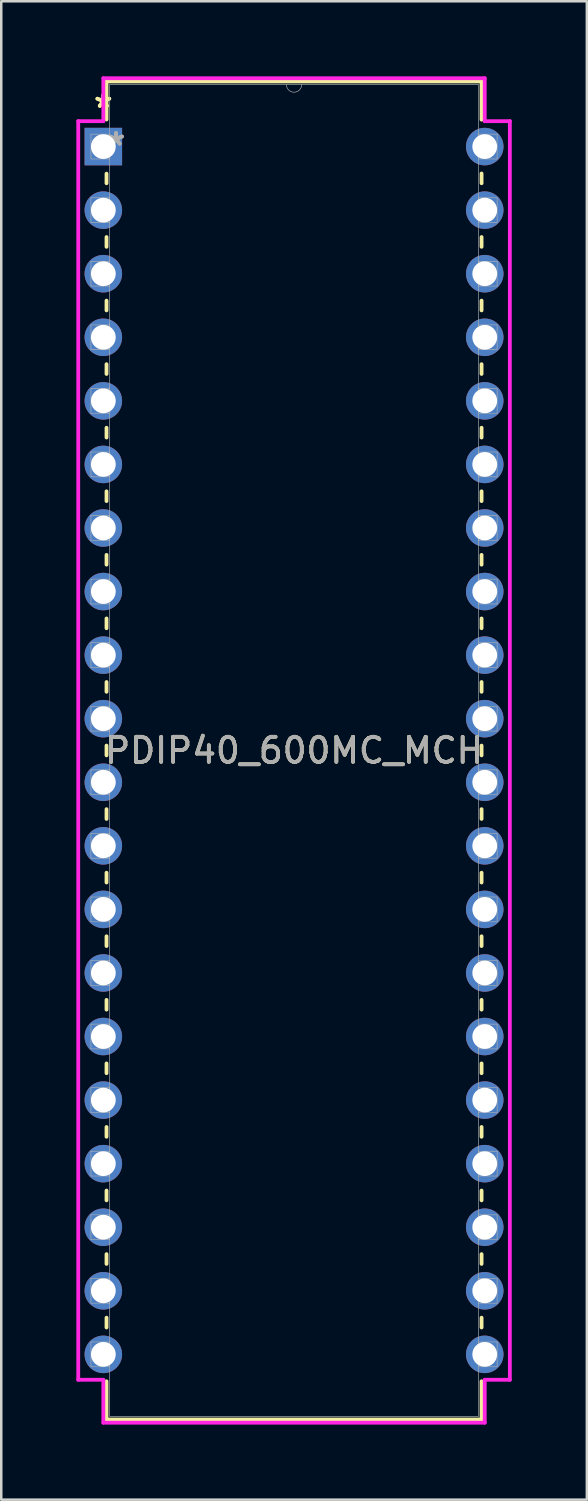
<source format=kicad_pcb>
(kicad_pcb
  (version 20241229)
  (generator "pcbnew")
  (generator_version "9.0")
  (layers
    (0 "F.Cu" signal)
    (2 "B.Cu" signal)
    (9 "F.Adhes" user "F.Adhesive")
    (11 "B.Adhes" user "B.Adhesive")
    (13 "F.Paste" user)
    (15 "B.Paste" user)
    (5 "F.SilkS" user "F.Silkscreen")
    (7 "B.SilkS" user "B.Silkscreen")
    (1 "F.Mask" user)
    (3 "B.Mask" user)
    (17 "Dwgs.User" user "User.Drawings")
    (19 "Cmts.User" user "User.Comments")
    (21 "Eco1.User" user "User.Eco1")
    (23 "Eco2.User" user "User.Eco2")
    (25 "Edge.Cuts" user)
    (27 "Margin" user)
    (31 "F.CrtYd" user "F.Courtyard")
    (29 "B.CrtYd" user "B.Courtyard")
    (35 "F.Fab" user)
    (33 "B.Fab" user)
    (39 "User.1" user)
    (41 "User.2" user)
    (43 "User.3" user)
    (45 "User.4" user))
  (footprint "PDIP40_600MC_MCH"
    (layer "F.Cu")
    (at 1.079 2.807)
    (property "Reference" "PDIP40_600MC_MCH" (at 7.62 24.13 0) (unlocked yes) (layer "F.SilkS") (effects (font (size 1 1) (thickness 0.15))))
    (attr through_hole)
    (fp_line (start 0.127 -2.603) (end 0.127 -1.082) (stroke (width 0.152) (type solid)) (layer "F.SilkS"))
    (fp_line (start 0.127 1.082) (end 0.127 1.465) (stroke (width 0.152) (type solid)) (layer "F.SilkS"))
    (fp_line (start 0.127 3.615) (end 0.127 4.005) (stroke (width 0.152) (type solid)) (layer "F.SilkS"))
    (fp_line (start 0.127 6.155) (end 0.127 6.545) (stroke (width 0.152) (type solid)) (layer "F.SilkS"))
    (fp_line (start 0.127 8.695) (end 0.127 9.085) (stroke (width 0.152) (type solid)) (layer "F.SilkS"))
    (fp_line (start 0.127 11.235) (end 0.127 11.625) (stroke (width 0.152) (type solid)) (layer "F.SilkS"))
    (fp_line (start 0.127 13.775) (end 0.127 14.165) (stroke (width 0.152) (type solid)) (layer "F.SilkS"))
    (fp_line (start 0.127 16.315) (end 0.127 16.705) (stroke (width 0.152) (type solid)) (layer "F.SilkS"))
    (fp_line (start 0.127 18.855) (end 0.127 19.245) (stroke (width 0.152) (type solid)) (layer "F.SilkS"))
    (fp_line (start 0.127 21.395) (end 0.127 21.785) (stroke (width 0.152) (type solid)) (layer "F.SilkS"))
    (fp_line (start 0.127 23.935) (end 0.127 24.325) (stroke (width 0.152) (type solid)) (layer "F.SilkS"))
    (fp_line (start 0.127 26.475) (end 0.127 26.865) (stroke (width 0.152) (type solid)) (layer "F.SilkS"))
    (fp_line (start 0.127 29.015) (end 0.127 29.405) (stroke (width 0.152) (type solid)) (layer "F.SilkS"))
    (fp_line (start 0.127 31.555) (end 0.127 31.945) (stroke (width 0.152) (type solid)) (layer "F.SilkS"))
    (fp_line (start 0.127 34.095) (end 0.127 34.485) (stroke (width 0.152) (type solid)) (layer "F.SilkS"))
    (fp_line (start 0.127 36.635) (end 0.127 37.025) (stroke (width 0.152) (type solid)) (layer "F.SilkS"))
    (fp_line (start 0.127 39.175) (end 0.127 39.565) (stroke (width 0.152) (type solid)) (layer "F.SilkS"))
    (fp_line (start 0.127 41.715) (end 0.127 42.105) (stroke (width 0.152) (type solid)) (layer "F.SilkS"))
    (fp_line (start 0.127 44.255) (end 0.127 44.645) (stroke (width 0.152) (type solid)) (layer "F.SilkS"))
    (fp_line (start 0.127 46.795) (end 0.127 47.185) (stroke (width 0.152) (type solid)) (layer "F.SilkS"))
    (fp_line (start 0.127 49.335) (end 0.127 50.864) (stroke (width 0.152) (type solid)) (layer "F.SilkS"))
    (fp_line (start 0.127 50.864) (end 15.113 50.864) (stroke (width 0.152) (type solid)) (layer "F.SilkS"))
    (fp_line (start 15.113 -2.603) (end 0.127 -2.603) (stroke (width 0.152) (type solid)) (layer "F.SilkS"))
    (fp_line (start 15.113 -1.075) (end 15.113 -2.603) (stroke (width 0.152) (type solid)) (layer "F.SilkS"))
    (fp_line (start 15.113 1.465) (end 15.113 1.075) (stroke (width 0.152) (type solid)) (layer "F.SilkS"))
    (fp_line (start 15.113 4.005) (end 15.113 3.615) (stroke (width 0.152) (type solid)) (layer "F.SilkS"))
    (fp_line (start 15.113 6.545) (end 15.113 6.155) (stroke (width 0.152) (type solid)) (layer "F.SilkS"))
    (fp_line (start 15.113 9.085) (end 15.113 8.695) (stroke (width 0.152) (type solid)) (layer "F.SilkS"))
    (fp_line (start 15.113 11.625) (end 15.113 11.235) (stroke (width 0.152) (type solid)) (layer "F.SilkS"))
    (fp_line (start 15.113 14.165) (end 15.113 13.775) (stroke (width 0.152) (type solid)) (layer "F.SilkS"))
    (fp_line (start 15.113 16.705) (end 15.113 16.315) (stroke (width 0.152) (type solid)) (layer "F.SilkS"))
    (fp_line (start 15.113 19.245) (end 15.113 18.855) (stroke (width 0.152) (type solid)) (layer "F.SilkS"))
    (fp_line (start 15.113 21.785) (end 15.113 21.395) (stroke (width 0.152) (type solid)) (layer "F.SilkS"))
    (fp_line (start 15.113 24.325) (end 15.113 23.935) (stroke (width 0.152) (type solid)) (layer "F.SilkS"))
    (fp_line (start 15.113 26.865) (end 15.113 26.475) (stroke (width 0.152) (type solid)) (layer "F.SilkS"))
    (fp_line (start 15.113 29.405) (end 15.113 29.015) (stroke (width 0.152) (type solid)) (layer "F.SilkS"))
    (fp_line (start 15.113 31.945) (end 15.113 31.555) (stroke (width 0.152) (type solid)) (layer "F.SilkS"))
    (fp_line (start 15.113 34.485) (end 15.113 34.095) (stroke (width 0.152) (type solid)) (layer "F.SilkS"))
    (fp_line (start 15.113 37.025) (end 15.113 36.635) (stroke (width 0.152) (type solid)) (layer "F.SilkS"))
    (fp_line (start 15.113 39.565) (end 15.113 39.175) (stroke (width 0.152) (type solid)) (layer "F.SilkS"))
    (fp_line (start 15.113 42.105) (end 15.113 41.715) (stroke (width 0.152) (type solid)) (layer "F.SilkS"))
    (fp_line (start 15.113 44.645) (end 15.113 44.255) (stroke (width 0.152) (type solid)) (layer "F.SilkS"))
    (fp_line (start 15.113 47.185) (end 15.113 46.795) (stroke (width 0.152) (type solid)) (layer "F.SilkS"))
    (fp_line (start 15.113 50.864) (end 15.113 49.335) (stroke (width 0.152) (type solid)) (layer "F.SilkS"))
    (fp_line (start -1.003 -1.016) (end 0 -1.016) (stroke (width 0.152) (type solid)) (layer "F.CrtYd"))
    (fp_line (start -1.003 49.276) (end -1.003 -1.016) (stroke (width 0.152) (type solid)) (layer "F.CrtYd"))
    (fp_line (start 0 -2.731) (end 15.24 -2.731) (stroke (width 0.152) (type solid)) (layer "F.CrtYd"))
    (fp_line (start 0 -1.016) (end 0 -2.731) (stroke (width 0.152) (type solid)) (layer "F.CrtYd"))
    (fp_line (start 0 49.276) (end -1.003 49.276) (stroke (width 0.152) (type solid)) (layer "F.CrtYd"))
    (fp_line (start 0 50.99) (end 0 49.276) (stroke (width 0.152) (type solid)) (layer "F.CrtYd"))
    (fp_line (start 15.24 -2.731) (end 15.24 -1.016) (stroke (width 0.152) (type solid)) (layer "F.CrtYd"))
    (fp_line (start 15.24 49.276) (end 15.24 50.99) (stroke (width 0.152) (type solid)) (layer "F.CrtYd"))
    (fp_line (start 15.24 50.99) (end 0 50.99) (stroke (width 0.152) (type solid)) (layer "F.CrtYd"))
    (fp_line (start 16.243 -1.016) (end 15.24 -1.016) (stroke (width 0.152) (type solid)) (layer "F.CrtYd"))
    (fp_line (start 16.243 -1.016) (end 16.243 49.276) (stroke (width 0.152) (type solid)) (layer "F.CrtYd"))
    (fp_line (start 16.243 49.276) (end 15.24 49.276) (stroke (width 0.152) (type solid)) (layer "F.CrtYd"))
    (fp_line (start -0.495 -0.495) (end -0.495 0.495) (stroke (width 0.025) (type solid)) (layer "F.Fab"))
    (fp_line (start -0.495 0.495) (end 0.254 0.495) (stroke (width 0.025) (type solid)) (layer "F.Fab"))
    (fp_line (start -0.495 2.045) (end -0.495 3.035) (stroke (width 0.025) (type solid)) (layer "F.Fab"))
    (fp_line (start -0.495 3.035) (end 0.254 3.035) (stroke (width 0.025) (type solid)) (layer "F.Fab"))
    (fp_line (start -0.495 4.585) (end -0.495 5.575) (stroke (width 0.025) (type solid)) (layer "F.Fab"))
    (fp_line (start -0.495 5.575) (end 0.254 5.575) (stroke (width 0.025) (type solid)) (layer "F.Fab"))
    (fp_line (start -0.495 7.125) (end -0.495 8.115) (stroke (width 0.025) (type solid)) (layer "F.Fab"))
    (fp_line (start -0.495 8.115) (end 0.254 8.115) (stroke (width 0.025) (type solid)) (layer "F.Fab"))
    (fp_line (start -0.495 9.665) (end -0.495 10.655) (stroke (width 0.025) (type solid)) (layer "F.Fab"))
    (fp_line (start -0.495 10.655) (end 0.254 10.655) (stroke (width 0.025) (type solid)) (layer "F.Fab"))
    (fp_line (start -0.495 12.205) (end -0.495 13.195) (stroke (width 0.025) (type solid)) (layer "F.Fab"))
    (fp_line (start -0.495 13.195) (end 0.254 13.195) (stroke (width 0.025) (type solid)) (layer "F.Fab"))
    (fp_line (start -0.495 14.745) (end -0.495 15.735) (stroke (width 0.025) (type solid)) (layer "F.Fab"))
    (fp_line (start -0.495 15.735) (end 0.254 15.735) (stroke (width 0.025) (type solid)) (layer "F.Fab"))
    (fp_line (start -0.495 17.285) (end -0.495 18.275) (stroke (width 0.025) (type solid)) (layer "F.Fab"))
    (fp_line (start -0.495 18.275) (end 0.254 18.275) (stroke (width 0.025) (type solid)) (layer "F.Fab"))
    (fp_line (start -0.495 19.825) (end -0.495 20.815) (stroke (width 0.025) (type solid)) (layer "F.Fab"))
    (fp_line (start -0.495 20.815) (end 0.254 20.815) (stroke (width 0.025) (type solid)) (layer "F.Fab"))
    (fp_line (start -0.495 22.365) (end -0.495 23.355) (stroke (width 0.025) (type solid)) (layer "F.Fab"))
    (fp_line (start -0.495 23.355) (end 0.254 23.355) (stroke (width 0.025) (type solid)) (layer "F.Fab"))
    (fp_line (start -0.495 24.905) (end -0.495 25.895) (stroke (width 0.025) (type solid)) (layer "F.Fab"))
    (fp_line (start -0.495 25.895) (end 0.254 25.895) (stroke (width 0.025) (type solid)) (layer "F.Fab"))
    (fp_line (start -0.495 27.445) (end -0.495 28.435) (stroke (width 0.025) (type solid)) (layer "F.Fab"))
    (fp_line (start -0.495 28.435) (end 0.254 28.435) (stroke (width 0.025) (type solid)) (layer "F.Fab"))
    (fp_line (start -0.495 29.985) (end -0.495 30.975) (stroke (width 0.025) (type solid)) (layer "F.Fab"))
    (fp_line (start -0.495 30.975) (end 0.254 30.975) (stroke (width 0.025) (type solid)) (layer "F.Fab"))
    (fp_line (start -0.495 32.525) (end -0.495 33.515) (stroke (width 0.025) (type solid)) (layer "F.Fab"))
    (fp_line (start -0.495 33.515) (end 0.254 33.515) (stroke (width 0.025) (type solid)) (layer "F.Fab"))
    (fp_line (start -0.495 35.065) (end -0.495 36.055) (stroke (width 0.025) (type solid)) (layer "F.Fab"))
    (fp_line (start -0.495 36.055) (end 0.254 36.055) (stroke (width 0.025) (type solid)) (layer "F.Fab"))
    (fp_line (start -0.495 37.605) (end -0.495 38.595) (stroke (width 0.025) (type solid)) (layer "F.Fab"))
    (fp_line (start -0.495 38.595) (end 0.254 38.595) (stroke (width 0.025) (type solid)) (layer "F.Fab"))
    (fp_line (start -0.495 40.145) (end -0.495 41.135) (stroke (width 0.025) (type solid)) (layer "F.Fab"))
    (fp_line (start -0.495 41.135) (end 0.254 41.135) (stroke (width 0.025) (type solid)) (layer "F.Fab"))
    (fp_line (start -0.495 42.685) (end -0.495 43.675) (stroke (width 0.025) (type solid)) (layer "F.Fab"))
    (fp_line (start -0.495 43.675) (end 0.254 43.675) (stroke (width 0.025) (type solid)) (layer "F.Fab"))
    (fp_line (start -0.495 45.225) (end -0.495 46.215) (stroke (width 0.025) (type solid)) (layer "F.Fab"))
    (fp_line (start -0.495 46.215) (end 0.254 46.215) (stroke (width 0.025) (type solid)) (layer "F.Fab"))
    (fp_line (start -0.495 47.765) (end -0.495 48.755) (stroke (width 0.025) (type solid)) (layer "F.Fab"))
    (fp_line (start -0.495 48.755) (end 0.254 48.755) (stroke (width 0.025) (type solid)) (layer "F.Fab"))
    (fp_line (start 0.254 -2.477) (end 0.254 50.736) (stroke (width 0.025) (type solid)) (layer "F.Fab"))
    (fp_line (start 0.254 -0.495) (end -0.495 -0.495) (stroke (width 0.025) (type solid)) (layer "F.Fab"))
    (fp_line (start 0.254 0.495) (end 0.254 -0.495) (stroke (width 0.025) (type solid)) (layer "F.Fab"))
    (fp_line (start 0.254 2.045) (end -0.495 2.045) (stroke (width 0.025) (type solid)) (layer "F.Fab"))
    (fp_line (start 0.254 3.035) (end 0.254 2.045) (stroke (width 0.025) (type solid)) (layer "F.Fab"))
    (fp_line (start 0.254 4.585) (end -0.495 4.585) (stroke (width 0.025) (type solid)) (layer "F.Fab"))
    (fp_line (start 0.254 5.575) (end 0.254 4.585) (stroke (width 0.025) (type solid)) (layer "F.Fab"))
    (fp_line (start 0.254 7.125) (end -0.495 7.125) (stroke (width 0.025) (type solid)) (layer "F.Fab"))
    (fp_line (start 0.254 8.115) (end 0.254 7.125) (stroke (width 0.025) (type solid)) (layer "F.Fab"))
    (fp_line (start 0.254 9.665) (end -0.495 9.665) (stroke (width 0.025) (type solid)) (layer "F.Fab"))
    (fp_line (start 0.254 10.655) (end 0.254 9.665) (stroke (width 0.025) (type solid)) (layer "F.Fab"))
    (fp_line (start 0.254 12.205) (end -0.495 12.205) (stroke (width 0.025) (type solid)) (layer "F.Fab"))
    (fp_line (start 0.254 13.195) (end 0.254 12.205) (stroke (width 0.025) (type solid)) (layer "F.Fab"))
    (fp_line (start 0.254 14.745) (end -0.495 14.745) (stroke (width 0.025) (type solid)) (layer "F.Fab"))
    (fp_line (start 0.254 15.735) (end 0.254 14.745) (stroke (width 0.025) (type solid)) (layer "F.Fab"))
    (fp_line (start 0.254 17.285) (end -0.495 17.285) (stroke (width 0.025) (type solid)) (layer "F.Fab"))
    (fp_line (start 0.254 18.275) (end 0.254 17.285) (stroke (width 0.025) (type solid)) (layer "F.Fab"))
    (fp_line (start 0.254 19.825) (end -0.495 19.825) (stroke (width 0.025) (type solid)) (layer "F.Fab"))
    (fp_line (start 0.254 20.815) (end 0.254 19.825) (stroke (width 0.025) (type solid)) (layer "F.Fab"))
    (fp_line (start 0.254 22.365) (end -0.495 22.365) (stroke (width 0.025) (type solid)) (layer "F.Fab"))
    (fp_line (start 0.254 23.355) (end 0.254 22.365) (stroke (width 0.025) (type solid)) (layer "F.Fab"))
    (fp_line (start 0.254 24.905) (end -0.495 24.905) (stroke (width 0.025) (type solid)) (layer "F.Fab"))
    (fp_line (start 0.254 25.895) (end 0.254 24.905) (stroke (width 0.025) (type solid)) (layer "F.Fab"))
    (fp_line (start 0.254 27.445) (end -0.495 27.445) (stroke (width 0.025) (type solid)) (layer "F.Fab"))
    (fp_line (start 0.254 28.435) (end 0.254 27.445) (stroke (width 0.025) (type solid)) (layer "F.Fab"))
    (fp_line (start 0.254 29.985) (end -0.495 29.985) (stroke (width 0.025) (type solid)) (layer "F.Fab"))
    (fp_line (start 0.254 30.975) (end 0.254 29.985) (stroke (width 0.025) (type solid)) (layer "F.Fab"))
    (fp_line (start 0.254 32.525) (end -0.495 32.525) (stroke (width 0.025) (type solid)) (layer "F.Fab"))
    (fp_line (start 0.254 33.515) (end 0.254 32.525) (stroke (width 0.025) (type solid)) (layer "F.Fab"))
    (fp_line (start 0.254 35.065) (end -0.495 35.065) (stroke (width 0.025) (type solid)) (layer "F.Fab"))
    (fp_line (start 0.254 36.055) (end 0.254 35.065) (stroke (width 0.025) (type solid)) (layer "F.Fab"))
    (fp_line (start 0.254 37.605) (end -0.495 37.605) (stroke (width 0.025) (type solid)) (layer "F.Fab"))
    (fp_line (start 0.254 38.595) (end 0.254 37.605) (stroke (width 0.025) (type solid)) (layer "F.Fab"))
    (fp_line (start 0.254 40.145) (end -0.495 40.145) (stroke (width 0.025) (type solid)) (layer "F.Fab"))
    (fp_line (start 0.254 41.135) (end 0.254 40.145) (stroke (width 0.025) (type solid)) (layer "F.Fab"))
    (fp_line (start 0.254 42.685) (end -0.495 42.685) (stroke (width 0.025) (type solid)) (layer "F.Fab"))
    (fp_line (start 0.254 43.675) (end 0.254 42.685) (stroke (width 0.025) (type solid)) (layer "F.Fab"))
    (fp_line (start 0.254 45.225) (end -0.495 45.225) (stroke (width 0.025) (type solid)) (layer "F.Fab"))
    (fp_line (start 0.254 46.215) (end 0.254 45.225) (stroke (width 0.025) (type solid)) (layer "F.Fab"))
    (fp_line (start 0.254 47.765) (end -0.495 47.765) (stroke (width 0.025) (type solid)) (layer "F.Fab"))
    (fp_line (start 0.254 48.755) (end 0.254 47.765) (stroke (width 0.025) (type solid)) (layer "F.Fab"))
    (fp_line (start 0.254 50.736) (end 14.986 50.736) (stroke (width 0.025) (type solid)) (layer "F.Fab"))
    (fp_line (start 14.986 -2.477) (end 0.254 -2.477) (stroke (width 0.025) (type solid)) (layer "F.Fab"))
    (fp_line (start 14.986 -0.495) (end 14.986 0.495) (stroke (width 0.025) (type solid)) (layer "F.Fab"))
    (fp_line (start 14.986 0.495) (end 15.735 0.495) (stroke (width 0.025) (type solid)) (layer "F.Fab"))
    (fp_line (start 14.986 2.045) (end 14.986 3.035) (stroke (width 0.025) (type solid)) (layer "F.Fab"))
    (fp_line (start 14.986 3.035) (end 15.735 3.035) (stroke (width 0.025) (type solid)) (layer "F.Fab"))
    (fp_line (start 14.986 4.585) (end 14.986 5.575) (stroke (width 0.025) (type solid)) (layer "F.Fab"))
    (fp_line (start 14.986 5.575) (end 15.735 5.575) (stroke (width 0.025) (type solid)) (layer "F.Fab"))
    (fp_line (start 14.986 7.125) (end 14.986 8.115) (stroke (width 0.025) (type solid)) (layer "F.Fab"))
    (fp_line (start 14.986 8.115) (end 15.735 8.115) (stroke (width 0.025) (type solid)) (layer "F.Fab"))
    (fp_line (start 14.986 9.665) (end 14.986 10.655) (stroke (width 0.025) (type solid)) (layer "F.Fab"))
    (fp_line (start 14.986 10.655) (end 15.735 10.655) (stroke (width 0.025) (type solid)) (layer "F.Fab"))
    (fp_line (start 14.986 12.205) (end 14.986 13.195) (stroke (width 0.025) (type solid)) (layer "F.Fab"))
    (fp_line (start 14.986 13.195) (end 15.735 13.195) (stroke (width 0.025) (type solid)) (layer "F.Fab"))
    (fp_line (start 14.986 14.745) (end 14.986 15.735) (stroke (width 0.025) (type solid)) (layer "F.Fab"))
    (fp_line (start 14.986 15.735) (end 15.735 15.735) (stroke (width 0.025) (type solid)) (layer "F.Fab"))
    (fp_line (start 14.986 17.285) (end 14.986 18.275) (stroke (width 0.025) (type solid)) (layer "F.Fab"))
    (fp_line (start 14.986 18.275) (end 15.735 18.275) (stroke (width 0.025) (type solid)) (layer "F.Fab"))
    (fp_line (start 14.986 19.825) (end 14.986 20.815) (stroke (width 0.025) (type solid)) (layer "F.Fab"))
    (fp_line (start 14.986 20.815) (end 15.735 20.815) (stroke (width 0.025) (type solid)) (layer "F.Fab"))
    (fp_line (start 14.986 22.365) (end 14.986 23.355) (stroke (width 0.025) (type solid)) (layer "F.Fab"))
    (fp_line (start 14.986 23.355) (end 15.735 23.355) (stroke (width 0.025) (type solid)) (layer "F.Fab"))
    (fp_line (start 14.986 24.905) (end 14.986 25.895) (stroke (width 0.025) (type solid)) (layer "F.Fab"))
    (fp_line (start 14.986 25.895) (end 15.735 25.895) (stroke (width 0.025) (type solid)) (layer "F.Fab"))
    (fp_line (start 14.986 27.445) (end 14.986 28.435) (stroke (width 0.025) (type solid)) (layer "F.Fab"))
    (fp_line (start 14.986 28.435) (end 15.735 28.435) (stroke (width 0.025) (type solid)) (layer "F.Fab"))
    (fp_line (start 14.986 29.985) (end 14.986 30.975) (stroke (width 0.025) (type solid)) (layer "F.Fab"))
    (fp_line (start 14.986 30.975) (end 15.735 30.975) (stroke (width 0.025) (type solid)) (layer "F.Fab"))
    (fp_line (start 14.986 32.525) (end 14.986 33.515) (stroke (width 0.025) (type solid)) (layer "F.Fab"))
    (fp_line (start 14.986 33.515) (end 15.735 33.515) (stroke (width 0.025) (type solid)) (layer "F.Fab"))
    (fp_line (start 14.986 35.065) (end 14.986 36.055) (stroke (width 0.025) (type solid)) (layer "F.Fab"))
    (fp_line (start 14.986 36.055) (end 15.735 36.055) (stroke (width 0.025) (type solid)) (layer "F.Fab"))
    (fp_line (start 14.986 37.605) (end 14.986 38.595) (stroke (width 0.025) (type solid)) (layer "F.Fab"))
    (fp_line (start 14.986 38.595) (end 15.735 38.595) (stroke (width 0.025) (type solid)) (layer "F.Fab"))
    (fp_line (start 14.986 40.145) (end 14.986 41.135) (stroke (width 0.025) (type solid)) (layer "F.Fab"))
    (fp_line (start 14.986 41.135) (end 15.735 41.135) (stroke (width 0.025) (type solid)) (layer "F.Fab"))
    (fp_line (start 14.986 42.685) (end 14.986 43.675) (stroke (width 0.025) (type solid)) (layer "F.Fab"))
    (fp_line (start 14.986 43.675) (end 15.735 43.675) (stroke (width 0.025) (type solid)) (layer "F.Fab"))
    (fp_line (start 14.986 45.225) (end 14.986 46.215) (stroke (width 0.025) (type solid)) (layer "F.Fab"))
    (fp_line (start 14.986 46.215) (end 15.735 46.215) (stroke (width 0.025) (type solid)) (layer "F.Fab"))
    (fp_line (start 14.986 47.765) (end 14.986 48.755) (stroke (width 0.025) (type solid)) (layer "F.Fab"))
    (fp_line (start 14.986 48.755) (end 15.735 48.755) (stroke (width 0.025) (type solid)) (layer "F.Fab"))
    (fp_line (start 14.986 50.736) (end 14.986 -2.477) (stroke (width 0.025) (type solid)) (layer "F.Fab"))
    (fp_line (start 15.735 -0.495) (end 14.986 -0.495) (stroke (width 0.025) (type solid)) (layer "F.Fab"))
    (fp_line (start 15.735 0.495) (end 15.735 -0.495) (stroke (width 0.025) (type solid)) (layer "F.Fab"))
    (fp_line (start 15.735 2.045) (end 14.986 2.045) (stroke (width 0.025) (type solid)) (layer "F.Fab"))
    (fp_line (start 15.735 3.035) (end 15.735 2.045) (stroke (width 0.025) (type solid)) (layer "F.Fab"))
    (fp_line (start 15.735 4.585) (end 14.986 4.585) (stroke (width 0.025) (type solid)) (layer "F.Fab"))
    (fp_line (start 15.735 5.575) (end 15.735 4.585) (stroke (width 0.025) (type solid)) (layer "F.Fab"))
    (fp_line (start 15.735 7.125) (end 14.986 7.125) (stroke (width 0.025) (type solid)) (layer "F.Fab"))
    (fp_line (start 15.735 8.115) (end 15.735 7.125) (stroke (width 0.025) (type solid)) (layer "F.Fab"))
    (fp_line (start 15.735 9.665) (end 14.986 9.665) (stroke (width 0.025) (type solid)) (layer "F.Fab"))
    (fp_line (start 15.735 10.655) (end 15.735 9.665) (stroke (width 0.025) (type solid)) (layer "F.Fab"))
    (fp_line (start 15.735 12.205) (end 14.986 12.205) (stroke (width 0.025) (type solid)) (layer "F.Fab"))
    (fp_line (start 15.735 13.195) (end 15.735 12.205) (stroke (width 0.025) (type solid)) (layer "F.Fab"))
    (fp_line (start 15.735 14.745) (end 14.986 14.745) (stroke (width 0.025) (type solid)) (layer "F.Fab"))
    (fp_line (start 15.735 15.735) (end 15.735 14.745) (stroke (width 0.025) (type solid)) (layer "F.Fab"))
    (fp_line (start 15.735 17.285) (end 14.986 17.285) (stroke (width 0.025) (type solid)) (layer "F.Fab"))
    (fp_line (start 15.735 18.275) (end 15.735 17.285) (stroke (width 0.025) (type solid)) (layer "F.Fab"))
    (fp_line (start 15.735 19.825) (end 14.986 19.825) (stroke (width 0.025) (type solid)) (layer "F.Fab"))
    (fp_line (start 15.735 20.815) (end 15.735 19.825) (stroke (width 0.025) (type solid)) (layer "F.Fab"))
    (fp_line (start 15.735 22.365) (end 14.986 22.365) (stroke (width 0.025) (type solid)) (layer "F.Fab"))
    (fp_line (start 15.735 23.355) (end 15.735 22.365) (stroke (width 0.025) (type solid)) (layer "F.Fab"))
    (fp_line (start 15.735 24.905) (end 14.986 24.905) (stroke (width 0.025) (type solid)) (layer "F.Fab"))
    (fp_line (start 15.735 25.895) (end 15.735 24.905) (stroke (width 0.025) (type solid)) (layer "F.Fab"))
    (fp_line (start 15.735 27.445) (end 14.986 27.445) (stroke (width 0.025) (type solid)) (layer "F.Fab"))
    (fp_line (start 15.735 28.435) (end 15.735 27.445) (stroke (width 0.025) (type solid)) (layer "F.Fab"))
    (fp_line (start 15.735 29.985) (end 14.986 29.985) (stroke (width 0.025) (type solid)) (layer "F.Fab"))
    (fp_line (start 15.735 30.975) (end 15.735 29.985) (stroke (width 0.025) (type solid)) (layer "F.Fab"))
    (fp_line (start 15.735 32.525) (end 14.986 32.525) (stroke (width 0.025) (type solid)) (layer "F.Fab"))
    (fp_line (start 15.735 33.515) (end 15.735 32.525) (stroke (width 0.025) (type solid)) (layer "F.Fab"))
    (fp_line (start 15.735 35.065) (end 14.986 35.065) (stroke (width 0.025) (type solid)) (layer "F.Fab"))
    (fp_line (start 15.735 36.055) (end 15.735 35.065) (stroke (width 0.025) (type solid)) (layer "F.Fab"))
    (fp_line (start 15.735 37.605) (end 14.986 37.605) (stroke (width 0.025) (type solid)) (layer "F.Fab"))
    (fp_line (start 15.735 38.595) (end 15.735 37.605) (stroke (width 0.025) (type solid)) (layer "F.Fab"))
    (fp_line (start 15.735 40.145) (end 14.986 40.145) (stroke (width 0.025) (type solid)) (layer "F.Fab"))
    (fp_line (start 15.735 41.135) (end 15.735 40.145) (stroke (width 0.025) (type solid)) (layer "F.Fab"))
    (fp_line (start 15.735 42.685) (end 14.986 42.685) (stroke (width 0.025) (type solid)) (layer "F.Fab"))
    (fp_line (start 15.735 43.675) (end 15.735 42.685) (stroke (width 0.025) (type solid)) (layer "F.Fab"))
    (fp_line (start 15.735 45.225) (end 14.986 45.225) (stroke (width 0.025) (type solid)) (layer "F.Fab"))
    (fp_line (start 15.735 46.215) (end 15.735 45.225) (stroke (width 0.025) (type solid)) (layer "F.Fab"))
    (fp_line (start 15.735 47.765) (end 14.986 47.765) (stroke (width 0.025) (type solid)) (layer "F.Fab"))
    (fp_line (start 15.735 48.755) (end 15.735 47.765) (stroke (width 0.025) (type solid)) (layer "F.Fab"))
    (fp_arc (start 7.9248 -2.4765) (mid 7.62 -2.1717) (end 7.3152 -2.4765) (stroke (width 0.0254) (type solid)) (layer "F.Fab"))
    (fp_text user "*" (at 0 -1.511 0) (unlocked yes) (layer "F.SilkS") (effects (font (size 1 1) (thickness 0.15))))
    (fp_text user "*" (at 0 -1.511 0) (layer "F.SilkS") (effects (font (size 1 1) (thickness 0.15))))
    (fp_text user "*" (at 0.508 0 0) (layer "F.Fab") (effects (font (size 1 1) (thickness 0.15))))
    (fp_text user "*" (at 0.508 0 0) (unlocked yes) (layer "F.Fab") (effects (font (size 1 1) (thickness 0.15))))
    (fp_text user "${REFERENCE}" (at 7.62 24.13 0) (unlocked yes) (layer "F.Fab") (effects (font (size 1 1) (thickness 0.15))))
    (pad "1" thru_hole rect (at 0 0) (size 1.499 1.499) (drill 0.991) (layers "*.Cu" "*.Mask"))
    (pad "2" thru_hole circle (at 0 2.54) (size 1.499 1.499) (drill 0.991) (layers "*.Cu" "*.Mask"))
    (pad "3" thru_hole circle (at 0 5.08) (size 1.499 1.499) (drill 0.991) (layers "*.Cu" "*.Mask"))
    (pad "4" thru_hole circle (at 0 7.62) (size 1.499 1.499) (drill 0.991) (layers "*.Cu" "*.Mask"))
    (pad "5" thru_hole circle (at 0 10.16) (size 1.499 1.499) (drill 0.991) (layers "*.Cu" "*.Mask"))
    (pad "6" thru_hole circle (at 0 12.7) (size 1.499 1.499) (drill 0.991) (layers "*.Cu" "*.Mask"))
    (pad "7" thru_hole circle (at 0 15.24) (size 1.499 1.499) (drill 0.991) (layers "*.Cu" "*.Mask"))
    (pad "8" thru_hole circle (at 0 17.78) (size 1.499 1.499) (drill 0.991) (layers "*.Cu" "*.Mask"))
    (pad "9" thru_hole circle (at 0 20.32) (size 1.499 1.499) (drill 0.991) (layers "*.Cu" "*.Mask"))
    (pad "10" thru_hole circle (at 0 22.86) (size 1.499 1.499) (drill 0.991) (layers "*.Cu" "*.Mask"))
    (pad "11" thru_hole circle (at 0 25.4) (size 1.499 1.499) (drill 0.991) (layers "*.Cu" "*.Mask"))
    (pad "12" thru_hole circle (at 0 27.94) (size 1.499 1.499) (drill 0.991) (layers "*.Cu" "*.Mask"))
    (pad "13" thru_hole circle (at 0 30.48) (size 1.499 1.499) (drill 0.991) (layers "*.Cu" "*.Mask"))
    (pad "14" thru_hole circle (at 0 33.02) (size 1.499 1.499) (drill 0.991) (layers "*.Cu" "*.Mask"))
    (pad "15" thru_hole circle (at 0 35.56) (size 1.499 1.499) (drill 0.991) (layers "*.Cu" "*.Mask"))
    (pad "16" thru_hole circle (at 0 38.1) (size 1.499 1.499) (drill 0.991) (layers "*.Cu" "*.Mask"))
    (pad "17" thru_hole circle (at 0 40.64) (size 1.499 1.499) (drill 0.991) (layers "*.Cu" "*.Mask"))
    (pad "18" thru_hole circle (at 0 43.18) (size 1.499 1.499) (drill 0.991) (layers "*.Cu" "*.Mask"))
    (pad "19" thru_hole circle (at 0 45.72) (size 1.499 1.499) (drill 0.991) (layers "*.Cu" "*.Mask"))
    (pad "20" thru_hole circle (at 0 48.26) (size 1.499 1.499) (drill 0.991) (layers "*.Cu" "*.Mask"))
    (pad "21" thru_hole circle (at 15.24 48.26) (size 1.499 1.499) (drill 0.991) (layers "*.Cu" "*.Mask"))
    (pad "22" thru_hole circle (at 15.24 45.72) (size 1.499 1.499) (drill 0.991) (layers "*.Cu" "*.Mask"))
    (pad "23" thru_hole circle (at 15.24 43.18) (size 1.499 1.499) (drill 0.991) (layers "*.Cu" "*.Mask"))
    (pad "24" thru_hole circle (at 15.24 40.64) (size 1.499 1.499) (drill 0.991) (layers "*.Cu" "*.Mask"))
    (pad "25" thru_hole circle (at 15.24 38.1) (size 1.499 1.499) (drill 0.991) (layers "*.Cu" "*.Mask"))
    (pad "26" thru_hole circle (at 15.24 35.56) (size 1.499 1.499) (drill 0.991) (layers "*.Cu" "*.Mask"))
    (pad "27" thru_hole circle (at 15.24 33.02) (size 1.499 1.499) (drill 0.991) (layers "*.Cu" "*.Mask"))
    (pad "28" thru_hole circle (at 15.24 30.48) (size 1.499 1.499) (drill 0.991) (layers "*.Cu" "*.Mask"))
    (pad "29" thru_hole circle (at 15.24 27.94) (size 1.499 1.499) (drill 0.991) (layers "*.Cu" "*.Mask"))
    (pad "30" thru_hole circle (at 15.24 25.4) (size 1.499 1.499) (drill 0.991) (layers "*.Cu" "*.Mask"))
    (pad "31" thru_hole circle (at 15.24 22.86) (size 1.499 1.499) (drill 0.991) (layers "*.Cu" "*.Mask"))
    (pad "32" thru_hole circle (at 15.24 20.32) (size 1.499 1.499) (drill 0.991) (layers "*.Cu" "*.Mask"))
    (pad "33" thru_hole circle (at 15.24 17.78) (size 1.499 1.499) (drill 0.991) (layers "*.Cu" "*.Mask"))
    (pad "34" thru_hole circle (at 15.24 15.24) (size 1.499 1.499) (drill 0.991) (layers "*.Cu" "*.Mask"))
    (pad "35" thru_hole circle (at 15.24 12.7) (size 1.499 1.499) (drill 0.991) (layers "*.Cu" "*.Mask"))
    (pad "36" thru_hole circle (at 15.24 10.16) (size 1.499 1.499) (drill 0.991) (layers "*.Cu" "*.Mask"))
    (pad "37" thru_hole circle (at 15.24 7.62) (size 1.499 1.499) (drill 0.991) (layers "*.Cu" "*.Mask"))
    (pad "38" thru_hole circle (at 15.24 5.08) (size 1.499 1.499) (drill 0.991) (layers "*.Cu" "*.Mask"))
    (pad "39" thru_hole circle (at 15.24 2.54) (size 1.499 1.499) (drill 0.991) (layers "*.Cu" "*.Mask"))
    (pad "40" thru_hole circle (at 15.24 0) (size 1.499 1.499) (drill 0.991) (layers "*.Cu" "*.Mask")))
  (gr_rect
    (start -3 -3)
    (end 20.399 56.873)
    (stroke (width 0.1) (type default))
    (fill no)
    (layer "Edge.Cuts")))
</source>
